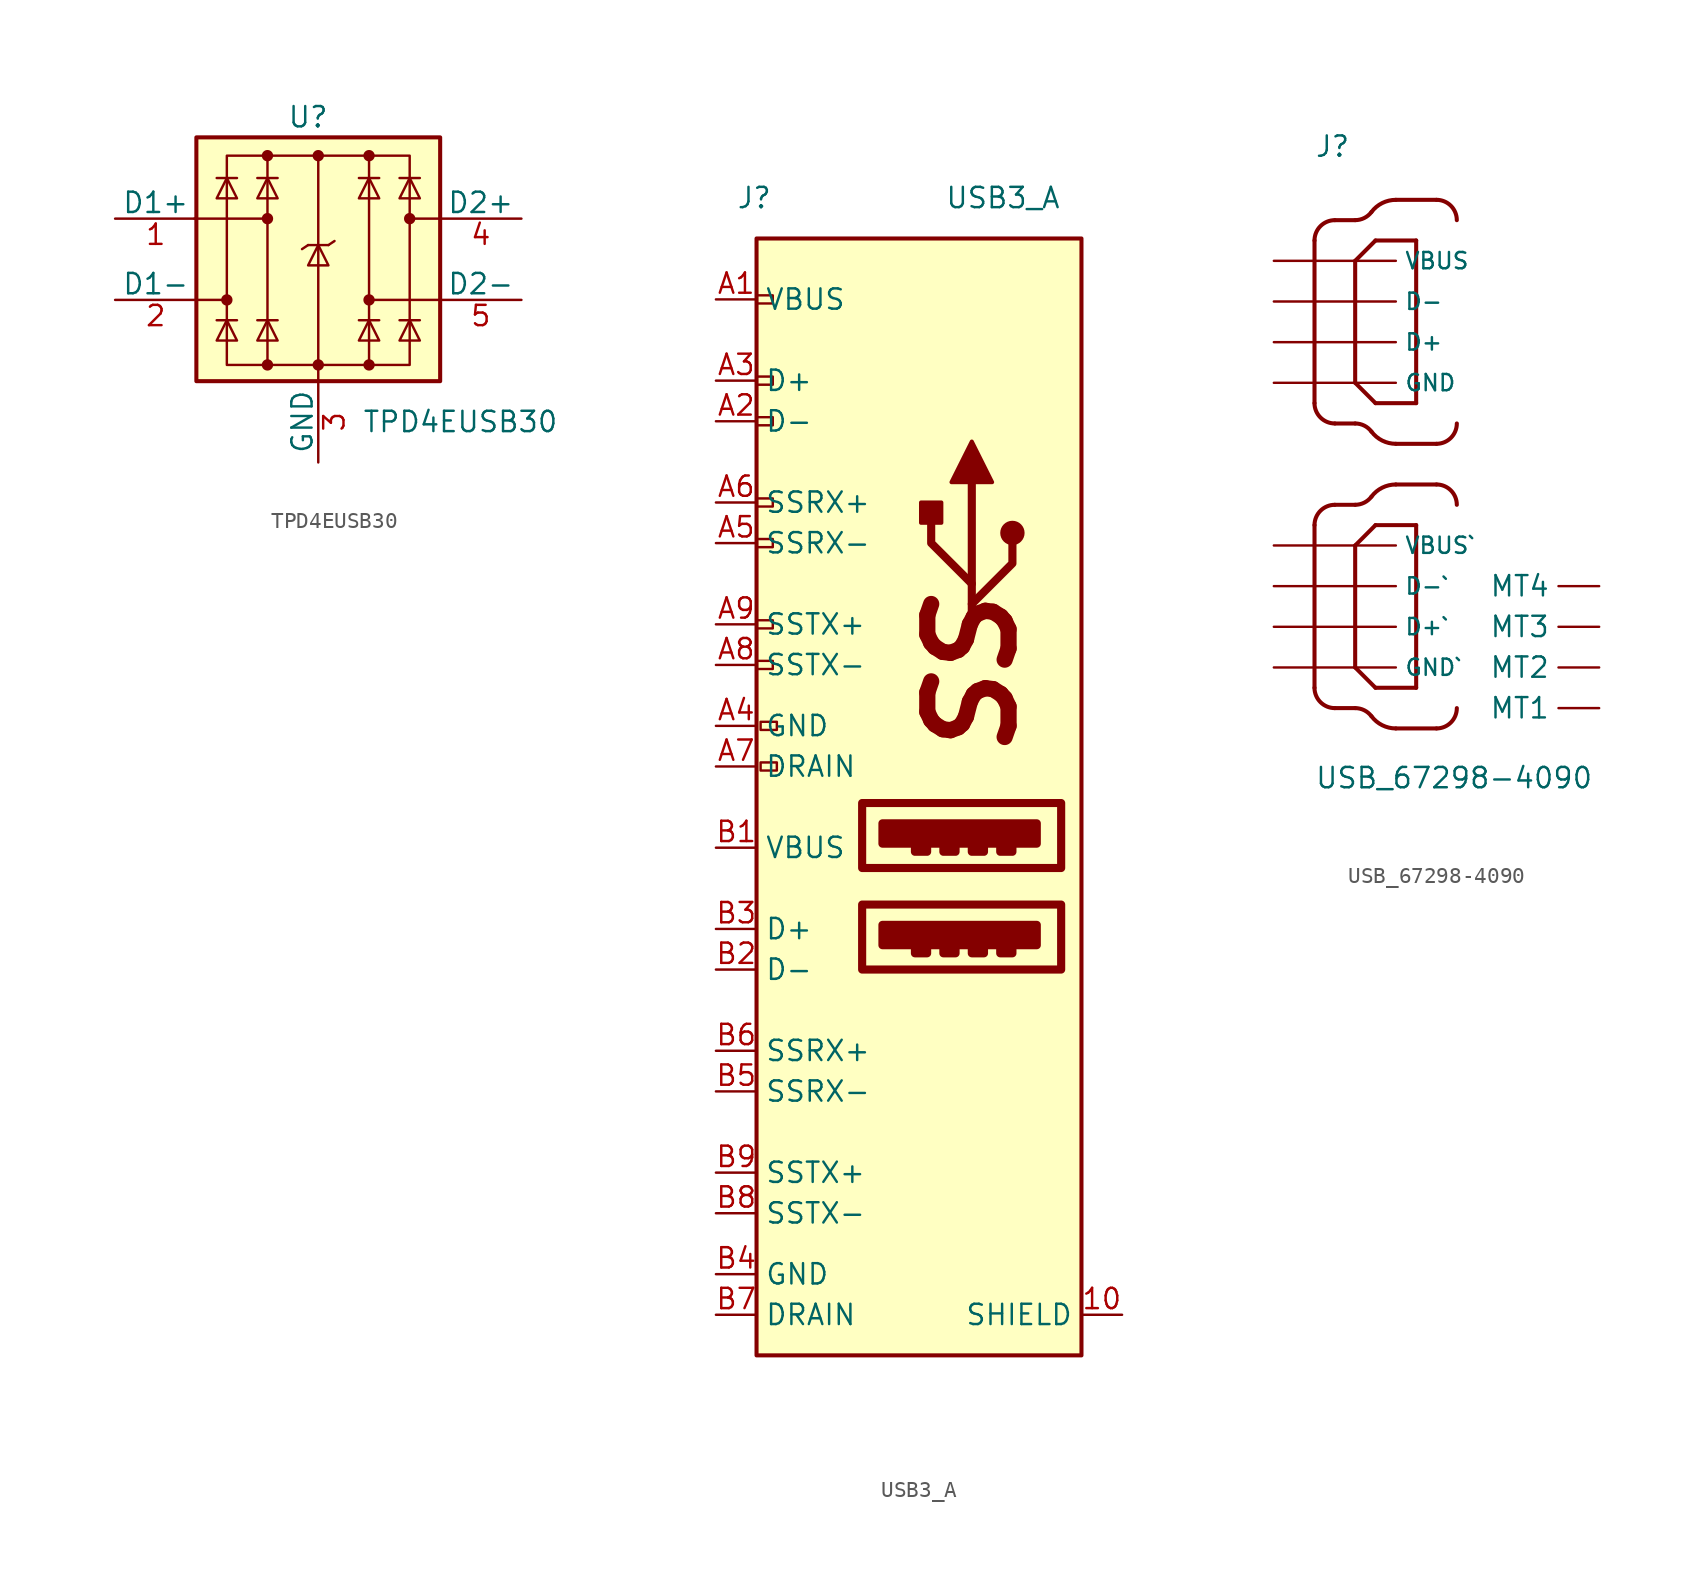
<source format=kicad_sym>
(kicad_symbol_lib
  (version 20201005)
  (generator kicad_symbol_editor)
  (symbol "AP3500:TPD4EUSB30"
    (pin_names
      (offset 0))
    (property "Reference" "U"
      (at -0.635 8.89 0)
      (effects (font (size 1.27 1.27))))
    (property "Value" "TPD4EUSB30"
      (at 8.89 -10.16 0)
      (effects (font (size 1.27 1.27))))
    (symbol "TPD4EUSB30_0_1"
      (circle (center -5.715 -2.54) (radius 0.279) (stroke (width 0)) (fill (type outline)))
      (circle (center -3.175 -6.604) (radius 0.279) (stroke (width 0)) (fill (type outline)))
      (circle (center -3.175 2.54) (radius 0.279) (stroke (width 0)) (fill (type outline)))
      (circle (center -3.175 6.477) (radius 0.279) (stroke (width 0)) (fill (type outline)))
      (circle (center 0 -6.604) (radius 0.279) (stroke (width 0)) (fill (type outline)))
      (circle (center 0 6.477) (radius 0.279) (stroke (width 0)) (fill (type outline)))
      (circle (center 3.175 -6.604) (radius 0.279) (stroke (width 0)) (fill (type outline)))
      (circle (center 3.175 -2.54) (radius 0.279) (stroke (width 0)) (fill (type outline)))
      (circle (center 3.175 6.477) (radius 0.279) (stroke (width 0)) (fill (type outline)))
      (circle (center 5.715 2.54) (radius 0.279) (stroke (width 0)) (fill (type outline)))
      (rectangle (start -7.62 7.62) (end 7.62 -7.62) (stroke (width 0.254)) (fill (type background)))
      (polyline (pts (xy -7.747 2.54) (xy -3.175 2.54)) (stroke (width 0)) (fill (type none)))
      (polyline (pts (xy -7.62 -2.54) (xy -5.715 -2.54)) (stroke (width 0)) (fill (type none)))
      (polyline (pts (xy -5.08 -3.81) (xy -6.35 -3.81)) (stroke (width 0)) (fill (type none)))
      (polyline (pts (xy -5.08 5.08) (xy -6.35 5.08)) (stroke (width 0)) (fill (type none)))
      (polyline (pts (xy -2.54 -3.81) (xy -3.81 -3.81)) (stroke (width 0)) (fill (type none)))
      (polyline (pts (xy -2.54 5.08) (xy -3.81 5.08)) (stroke (width 0)) (fill (type none)))
      (polyline (pts (xy -0.635 0.889) (xy -1.016 0.635)) (stroke (width 0)) (fill (type none)))
      (polyline (pts (xy 0 -6.604) (xy 0 -7.62)) (stroke (width 0)) (fill (type none)))
      (polyline (pts (xy 0.635 0.889) (xy -0.635 0.889)) (stroke (width 0)) (fill (type none)))
      (polyline (pts (xy 0.635 0.889) (xy 1.016 1.143)) (stroke (width 0)) (fill (type none)))
      (polyline (pts (xy 3.81 -3.81) (xy 2.54 -3.81)) (stroke (width 0)) (fill (type none)))
      (polyline (pts (xy 3.81 5.08) (xy 2.54 5.08)) (stroke (width 0)) (fill (type none)))
      (polyline (pts (xy 6.35 -3.81) (xy 5.08 -3.81)) (stroke (width 0)) (fill (type none)))
      (polyline (pts (xy 6.35 5.08) (xy 5.08 5.08)) (stroke (width 0)) (fill (type none)))
      (polyline (pts (xy 7.62 -2.54) (xy 3.175 -2.54)) (stroke (width 0)) (fill (type none)))
      (polyline (pts (xy 7.62 2.54) (xy 5.715 2.54)) (stroke (width 0)) (fill (type none)))
      (polyline (pts (xy -5.08 -5.08) (xy -6.35 -5.08) (xy -5.715 -3.81) (xy -5.08 -5.08)) (stroke (width 0)) (fill (type none)))
      (polyline (pts (xy -5.08 3.81) (xy -6.35 3.81) (xy -5.715 5.08) (xy -5.08 3.81)) (stroke (width 0)) (fill (type none)))
      (polyline (pts (xy -2.54 -5.08) (xy -3.81 -5.08) (xy -3.175 -3.81) (xy -2.54 -5.08)) (stroke (width 0)) (fill (type none)))
      (polyline (pts (xy -2.54 3.81) (xy -3.81 3.81) (xy -3.175 5.08) (xy -2.54 3.81)) (stroke (width 0)) (fill (type none)))
      (polyline (pts (xy 0.635 -0.381) (xy -0.635 -0.381) (xy 0 0.889) (xy 0.635 -0.381)) (stroke (width 0)) (fill (type none)))
      (polyline (pts (xy 3.81 -5.08) (xy 2.54 -5.08) (xy 3.175 -3.81) (xy 3.81 -5.08)) (stroke (width 0)) (fill (type none)))
      (polyline (pts (xy 3.81 3.81) (xy 2.54 3.81) (xy 3.175 5.08) (xy 3.81 3.81)) (stroke (width 0)) (fill (type none)))
      (polyline (pts (xy 6.35 -5.08) (xy 5.08 -5.08) (xy 5.715 -3.81) (xy 6.35 -5.08)) (stroke (width 0)) (fill (type none)))
      (polyline (pts (xy 6.35 3.81) (xy 5.08 3.81) (xy 5.715 5.08) (xy 6.35 3.81)) (stroke (width 0)) (fill (type none))))
    (symbol "TPD4EUSB30_0_0"
      (rectangle (start -5.715 6.477) (end 5.715 -6.604) (stroke (width 0)) (fill (type none)))
      (polyline (pts (xy -3.175 -6.604) (xy -3.175 6.477)) (stroke (width 0)) (fill (type none)))
      (polyline (pts (xy 0 6.477) (xy 0 -6.604)) (stroke (width 0)) (fill (type none)))
      (polyline (pts (xy 3.175 6.477) (xy 3.175 -6.604)) (stroke (width 0)) (fill (type none))))
    (symbol "TPD4EUSB30_1_1"
      (pin passive line (at -12.7 2.54 0) (length 5.08) (name "D1+" (effects (font (size 1.27 1.27)))) (number "1" (effects (font (size 1.27 1.27)))))
      (pin passive line (at -12.7 2.54 0) (length 5.08) hide (name "~" (effects (font (size 1.27 1.27)))) (number "10" (effects (font (size 1.27 1.27)))))
      (pin passive line (at -12.7 -2.54 0) (length 5.08) (name "D1-" (effects (font (size 1.27 1.27)))) (number "2" (effects (font (size 1.27 1.27)))))
      (pin power_in line (at 0 -12.7 90) (length 5.08) (name "GND" (effects (font (size 1.27 1.27)))) (number "3" (effects (font (size 1.27 1.27)))))
      (pin passive line (at 12.7 2.54 180) (length 5.08) (name "D2+" (effects (font (size 1.27 1.27)))) (number "4" (effects (font (size 1.27 1.27)))))
      (pin passive line (at 12.7 -2.54 180) (length 5.08) (name "D2-" (effects (font (size 1.27 1.27)))) (number "5" (effects (font (size 1.27 1.27)))))
      (pin passive line (at 12.7 -2.54 180) (length 5.08) hide (name "~" (effects (font (size 1.27 1.27)))) (number "6" (effects (font (size 1.27 1.27)))))
      (pin passive line (at 12.7 2.54 180) (length 5.08) hide (name "~" (effects (font (size 1.27 1.27)))) (number "7" (effects (font (size 1.27 1.27)))))
      (pin passive line (at 0 -12.7 90) (length 5.08) hide (name "GND" (effects (font (size 1.27 1.27)))) (number "8" (effects (font (size 1.27 1.27)))))
      (pin passive line (at -12.7 -2.54 0) (length 5.08) hide (name "~" (effects (font (size 1.27 1.27)))) (number "9" (effects (font (size 1.27 1.27)))))))
  (symbol "AP3500:USB3_A"
    (property "Reference" "J"
      (at -10.16 33.02 0)
      (effects (font (size 1.27 1.27)) (justify left)))
    (property "Value" "USB3_A"
      (at 10.16 33.02 0)
      (effects (font (size 1.27 1.27)) (justify right)))
    (symbol "USB3_A_1_1"
      (circle (center 7.112 12.065) (radius 0.635) (stroke (width 0.254)) (fill (type outline)))
      (text "SS" (at 4.572 3.175 900) (effects (font (size 5.08 5.08) bold italic)))
      (rectangle (start -8.89 4.064) (end -7.874 3.556) (stroke (width 0)) (fill (type none)))
      (rectangle (start -8.89 6.604) (end -7.874 6.096) (stroke (width 0)) (fill (type none)))
      (rectangle (start -8.89 11.684) (end -7.874 11.176) (stroke (width 0)) (fill (type none)))
      (rectangle (start -8.89 14.224) (end -7.874 13.716) (stroke (width 0)) (fill (type none)))
      (rectangle (start -8.89 19.304) (end -7.874 18.796) (stroke (width 0)) (fill (type none)))
      (rectangle (start -8.89 21.844) (end -7.874 21.336) (stroke (width 0)) (fill (type none)))
      (rectangle (start -8.89 26.924) (end -7.874 26.416) (stroke (width 0)) (fill (type none)))
      (rectangle (start -7.62 -2.286) (end -8.636 -2.794) (stroke (width 0)) (fill (type none)))
      (rectangle (start -7.62 0.254) (end -8.636 -0.254) (stroke (width 0)) (fill (type none)))
      (rectangle (start -2.286 -11.176) (end 10.16 -15.24) (stroke (width 0.508)) (fill (type none)))
      (rectangle (start -2.286 -4.826) (end 10.16 -8.89) (stroke (width 0.508)) (fill (type none)))
      (rectangle (start -1.016 -12.446) (end 8.636 -13.716) (stroke (width 0.508)) (fill (type outline)))
      (rectangle (start -1.016 -6.096) (end 8.636 -7.366) (stroke (width 0.508)) (fill (type outline)))
      (rectangle (start 1.016 -13.97) (end 1.778 -14.224) (stroke (width 0.508)) (fill (type none)))
      (rectangle (start 1.016 -7.62) (end 1.778 -7.874) (stroke (width 0.508)) (fill (type none)))
      (rectangle (start 2.667 12.7) (end 1.397 13.97) (stroke (width 0.254)) (fill (type outline)))
      (rectangle (start 2.794 -13.97) (end 3.556 -14.224) (stroke (width 0.508)) (fill (type none)))
      (rectangle (start 2.794 -7.62) (end 3.556 -7.874) (stroke (width 0.508)) (fill (type none)))
      (rectangle (start 4.572 -13.97) (end 5.334 -14.224) (stroke (width 0.508)) (fill (type none)))
      (rectangle (start 4.572 -7.62) (end 5.334 -7.874) (stroke (width 0.508)) (fill (type none)))
      (rectangle (start 6.35 -13.97) (end 7.112 -14.224) (stroke (width 0.508)) (fill (type none)))
      (rectangle (start 6.35 -7.62) (end 7.112 -7.874) (stroke (width 0.508)) (fill (type none)))
      (rectangle (start 11.43 30.48) (end -8.89 -39.37) (stroke (width 0.254)) (fill (type background)))
      (polyline (pts (xy 4.572 6.35) (xy 4.572 15.24)) (stroke (width 0.508)) (fill (type none)))
      (polyline (pts (xy 4.572 7.62) (xy 7.112 10.16) (xy 7.112 11.43)) (stroke (width 0.508)) (fill (type none)))
      (polyline (pts (xy 4.572 8.89) (xy 2.032 11.43) (xy 2.032 12.7)) (stroke (width 0.508)) (fill (type none)))
      (polyline (pts (xy 5.842 15.24) (xy 4.572 17.78) (xy 3.302 15.24) (xy 5.842 15.24)) (stroke (width 0.254)) (fill (type outline)))
      (pin passive line (at 13.97 -36.83 180) (length 2.54) (name "SHIELD" (effects (font (size 1.27 1.27)))) (number "10" (effects (font (size 1.27 1.27)))))
      (pin power_in line (at -11.43 26.67 0) (length 2.54) (name "VBUS" (effects (font (size 1.27 1.27)))) (number "A1" (effects (font (size 1.27 1.27)))))
      (pin bidirectional line (at -11.43 19.05 0) (length 2.54) (name "D-" (effects (font (size 1.27 1.27)))) (number "A2" (effects (font (size 1.27 1.27)))))
      (pin bidirectional line (at -11.43 21.59 0) (length 2.54) (name "D+" (effects (font (size 1.27 1.27)))) (number "A3" (effects (font (size 1.27 1.27)))))
      (pin power_in line (at -11.43 0 0) (length 2.54) (name "GND" (effects (font (size 1.27 1.27)))) (number "A4" (effects (font (size 1.27 1.27)))))
      (pin bidirectional line (at -11.43 11.43 0) (length 2.54) (name "SSRX-" (effects (font (size 1.27 1.27)))) (number "A5" (effects (font (size 1.27 1.27)))))
      (pin bidirectional line (at -11.43 13.97 0) (length 2.54) (name "SSRX+" (effects (font (size 1.27 1.27)))) (number "A6" (effects (font (size 1.27 1.27)))))
      (pin power_in line (at -11.43 -2.54 0) (length 2.54) (name "DRAIN" (effects (font (size 1.27 1.27)))) (number "A7" (effects (font (size 1.27 1.27)))))
      (pin bidirectional line (at -11.43 3.81 0) (length 2.54) (name "SSTX-" (effects (font (size 1.27 1.27)))) (number "A8" (effects (font (size 1.27 1.27)))))
      (pin bidirectional line (at -11.43 6.35 0) (length 2.54) (name "SSTX+" (effects (font (size 1.27 1.27)))) (number "A9" (effects (font (size 1.27 1.27)))))
      (pin power_in line (at -11.43 -7.62 0) (length 2.54) (name "VBUS" (effects (font (size 1.27 1.27)))) (number "B1" (effects (font (size 1.27 1.27)))))
      (pin bidirectional line (at -11.43 -15.24 0) (length 2.54) (name "D-" (effects (font (size 1.27 1.27)))) (number "B2" (effects (font (size 1.27 1.27)))))
      (pin bidirectional line (at -11.43 -12.7 0) (length 2.54) (name "D+" (effects (font (size 1.27 1.27)))) (number "B3" (effects (font (size 1.27 1.27)))))
      (pin power_in line (at -11.43 -34.29 0) (length 2.54) (name "GND" (effects (font (size 1.27 1.27)))) (number "B4" (effects (font (size 1.27 1.27)))))
      (pin bidirectional line (at -11.43 -22.86 0) (length 2.54) (name "SSRX-" (effects (font (size 1.27 1.27)))) (number "B5" (effects (font (size 1.27 1.27)))))
      (pin bidirectional line (at -11.43 -20.32 0) (length 2.54) (name "SSRX+" (effects (font (size 1.27 1.27)))) (number "B6" (effects (font (size 1.27 1.27)))))
      (pin power_in line (at -11.43 -36.83 0) (length 2.54) (name "DRAIN" (effects (font (size 1.27 1.27)))) (number "B7" (effects (font (size 1.27 1.27)))))
      (pin bidirectional line (at -11.43 -30.48 0) (length 2.54) (name "SSTX-" (effects (font (size 1.27 1.27)))) (number "B8" (effects (font (size 1.27 1.27)))))
      (pin bidirectional line (at -11.43 -27.94 0) (length 2.54) (name "SSTX+" (effects (font (size 1.27 1.27)))) (number "B9" (effects (font (size 1.27 1.27)))))))
  (symbol "AP3500:USB_67298-4090"
    (pin_numbers hide)
    (property "Reference" "J"
      (at -5.08 21.641 0)
      (effects (font (size 1.27 1.27)) (justify left bottom)))
    (property "Value" "USB_67298-4090"
      (at -5.08 -17.805 0)
      (effects (font (size 1.27 1.27)) (justify left bottom)))
    (symbol "USB_67298-4090_0_0"
      (arc (start -5.08 -11.43) (end -3.81 -12.7) (radius (at -3.81 -11.43) (length 1.27) (angles 180 -90)) (stroke (width 0.254)) (fill (type none)))
      (arc (start -5.08 -1.27) (end -3.81 0) (radius (at -3.81 -1.27) (length 1.27) (angles 180 90)) (stroke (width 0.254)) (fill (type none)))
      (arc (start -5.08 6.35) (end -3.81 5.08) (radius (at -3.81 6.35) (length 1.27) (angles 180 -90)) (stroke (width 0.254)) (fill (type none)))
      (arc (start -5.08 16.51) (end -3.81 17.78) (radius (at -3.81 16.51) (length 1.27) (angles 180 90)) (stroke (width 0.254)) (fill (type none)))
      (arc (start -2.54 -12.7) (end -1.524 -13.208) (radius (at -2.54 -13.97) (length 1.27) (angles -143 -90)) (stroke (width 0.254)) (fill (type none)))
      (arc (start -2.54 0) (end -1.524 0.508) (radius (at -2.54 1.27) (length 1.27) (angles -90 -37)) (stroke (width 0.254)) (fill (type none)))
      (arc (start -2.54 5.08) (end -1.524 4.572) (radius (at -2.54 3.81) (length 1.27) (angles -143 -90)) (stroke (width 0.254)) (fill (type none)))
      (arc (start -2.54 17.78) (end -1.524 18.288) (radius (at -2.54 19.05) (length 1.27) (angles -90 -37)) (stroke (width 0.254)) (fill (type none)))
      (arc (start -1.524 -13.208) (end 0 -13.97) (radius (at 0 -12.065) (length 1.905) (angles -143 -90)) (stroke (width 0.254)) (fill (type none)))
      (arc (start -1.524 0.508) (end 0 1.27) (radius (at 0 -0.635) (length 1.905) (angles -90 -37)) (stroke (width 0.254)) (fill (type none)))
      (arc (start -1.524 4.572) (end 0 3.81) (radius (at 0 5.715) (length 1.905) (angles -143 -90)) (stroke (width 0.254)) (fill (type none)))
      (arc (start -1.524 18.288) (end 0 19.05) (radius (at 0 17.145) (length 1.905) (angles -90 -37)) (stroke (width 0.254)) (fill (type none)))
      (arc (start 2.54 -13.97) (end 3.81 -12.7) (radius (at 2.54 -12.7) (length 1.27) (angles -90 0)) (stroke (width 0.254)) (fill (type none)))
      (arc (start 2.54 1.27) (end 3.81 0) (radius (at 2.54 0) (length 1.27) (angles 90 0)) (stroke (width 0.254)) (fill (type none)))
      (arc (start 2.54 3.81) (end 3.81 5.08) (radius (at 2.54 5.08) (length 1.27) (angles -90 0)) (stroke (width 0.254)) (fill (type none)))
      (arc (start 2.54 19.05) (end 3.81 17.78) (radius (at 2.54 17.78) (length 1.27) (angles 90 0)) (stroke (width 0.254)) (fill (type none)))
      (polyline (pts (xy -5.08 -1.27) (xy -5.08 -11.43)) (stroke (width 0.254)) (fill (type none)))
      (polyline (pts (xy -5.08 16.51) (xy -5.08 6.35)) (stroke (width 0.254)) (fill (type none)))
      (polyline (pts (xy -3.81 -12.7) (xy -2.54 -12.7)) (stroke (width 0.254)) (fill (type none)))
      (polyline (pts (xy -3.81 0) (xy -2.54 0)) (stroke (width 0.254)) (fill (type none)))
      (polyline (pts (xy -3.81 5.08) (xy -2.54 5.08)) (stroke (width 0.254)) (fill (type none)))
      (polyline (pts (xy -3.81 17.78) (xy -2.54 17.78)) (stroke (width 0.254)) (fill (type none)))
      (polyline (pts (xy -2.54 -10.16) (xy -1.27 -11.43)) (stroke (width 0.254)) (fill (type none)))
      (polyline (pts (xy -2.54 -2.54) (xy -2.54 -10.16)) (stroke (width 0.254)) (fill (type none)))
      (polyline (pts (xy -2.54 7.62) (xy -1.27 6.35)) (stroke (width 0.254)) (fill (type none)))
      (polyline (pts (xy -2.54 15.24) (xy -2.54 7.62)) (stroke (width 0.254)) (fill (type none)))
      (polyline (pts (xy -1.27 -11.43) (xy 1.27 -11.43)) (stroke (width 0.254)) (fill (type none)))
      (polyline (pts (xy -1.27 -1.27) (xy -2.54 -2.54)) (stroke (width 0.254)) (fill (type none)))
      (polyline (pts (xy -1.27 6.35) (xy 1.27 6.35)) (stroke (width 0.254)) (fill (type none)))
      (polyline (pts (xy -1.27 16.51) (xy -2.54 15.24)) (stroke (width 0.254)) (fill (type none)))
      (polyline (pts (xy 0 -13.97) (xy 2.54 -13.97)) (stroke (width 0.254)) (fill (type none)))
      (polyline (pts (xy 0 1.27) (xy 2.54 1.27)) (stroke (width 0.254)) (fill (type none)))
      (polyline (pts (xy 0 3.81) (xy 2.54 3.81)) (stroke (width 0.254)) (fill (type none)))
      (polyline (pts (xy 0 19.05) (xy 2.54 19.05)) (stroke (width 0.254)) (fill (type none)))
      (polyline (pts (xy 1.27 -11.43) (xy 1.27 -1.27)) (stroke (width 0.254)) (fill (type none)))
      (polyline (pts (xy 1.27 -1.27) (xy -1.27 -1.27)) (stroke (width 0.254)) (fill (type none)))
      (polyline (pts (xy 1.27 6.35) (xy 1.27 16.51)) (stroke (width 0.254)) (fill (type none)))
      (polyline (pts (xy 1.27 16.51) (xy -1.27 16.51)) (stroke (width 0.254)) (fill (type none)))
      (pin power_in line (at -7.62 -2.54 0) (length 7.62) (name "VBUS`" (effects (font (size 1.016 1.016)))) (number "1" (effects (font (size 1.016 1.016)))))
      (pin passive line (at -7.62 -5.08 0) (length 7.62) (name "D-`" (effects (font (size 1.016 1.016)))) (number "2" (effects (font (size 1.016 1.016)))))
      (pin passive line (at -7.62 -7.62 0) (length 7.62) (name "D+`" (effects (font (size 1.016 1.016)))) (number "3" (effects (font (size 1.016 1.016)))))
      (pin power_in line (at -7.62 -10.16 0) (length 7.62) (name "GND`" (effects (font (size 1.016 1.016)))) (number "4" (effects (font (size 1.016 1.016)))))
      (pin power_in line (at -7.62 15.24 0) (length 7.62) (name "VBUS" (effects (font (size 1.016 1.016)))) (number "5" (effects (font (size 1.016 1.016)))))
      (pin passive line (at -7.62 12.7 0) (length 7.62) (name "D-" (effects (font (size 1.016 1.016)))) (number "6" (effects (font (size 1.016 1.016)))))
      (pin passive line (at -7.62 10.16 0) (length 7.62) (name "D+" (effects (font (size 1.016 1.016)))) (number "7" (effects (font (size 1.016 1.016)))))
      (pin power_in line (at -7.62 7.62 0) (length 7.62) (name "GND" (effects (font (size 1.016 1.016)))) (number "8" (effects (font (size 1.016 1.016)))))
      (pin passive line (at 12.7 -12.7 180) (length 2.54) (name "MT1" (effects (font (size 1.27 1.27)))) (number "MT1" (effects (font (size 1.27 1.27)))))
      (pin passive line (at 12.7 -10.16 180) (length 2.54) (name "MT2" (effects (font (size 1.27 1.27)))) (number "MT2" (effects (font (size 1.27 1.27)))))
      (pin passive line (at 12.7 -7.62 180) (length 2.54) (name "MT3" (effects (font (size 1.27 1.27)))) (number "MT3" (effects (font (size 1.27 1.27)))))
      (pin passive line (at 12.7 -5.08 180) (length 2.54) (name "MT4" (effects (font (size 1.27 1.27)))) (number "MT4" (effects (font (size 1.27 1.27))))))))
</source>
